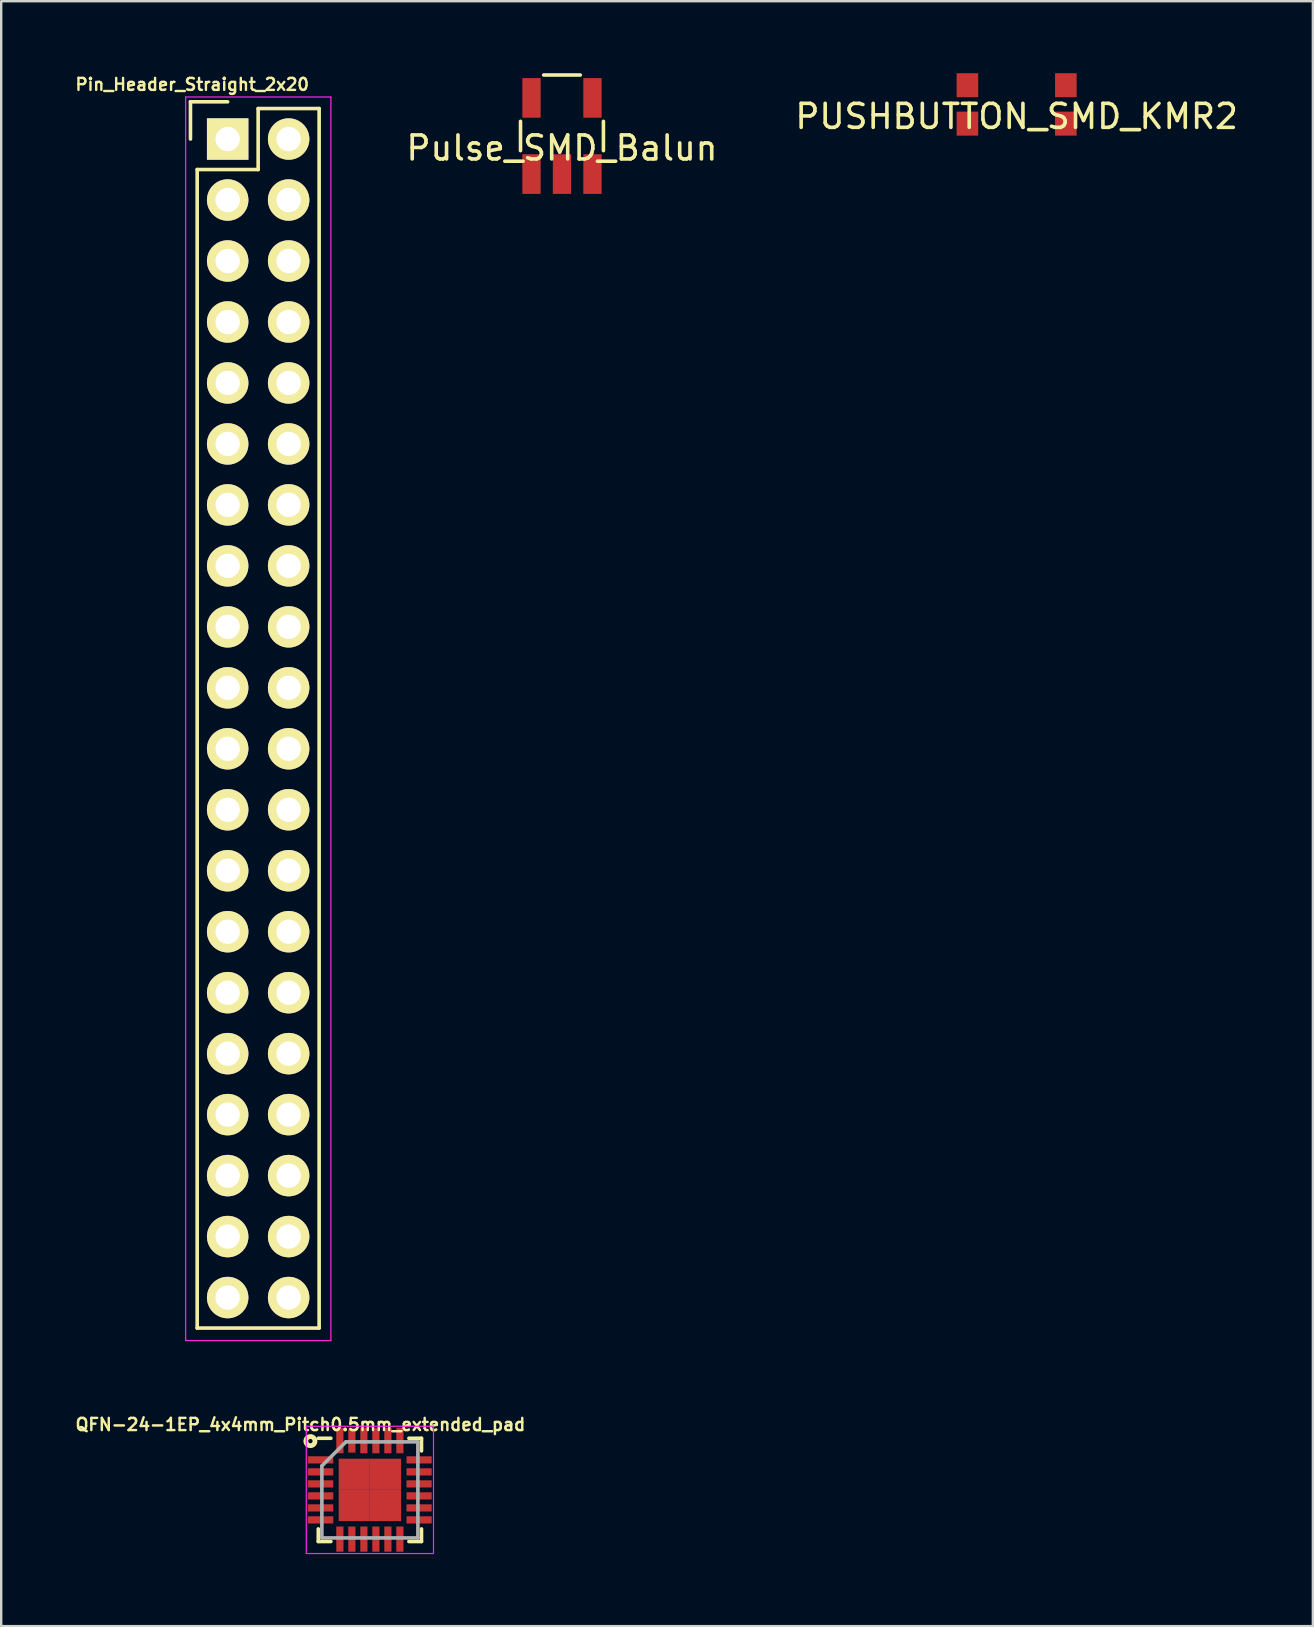
<source format=kicad_pcb>
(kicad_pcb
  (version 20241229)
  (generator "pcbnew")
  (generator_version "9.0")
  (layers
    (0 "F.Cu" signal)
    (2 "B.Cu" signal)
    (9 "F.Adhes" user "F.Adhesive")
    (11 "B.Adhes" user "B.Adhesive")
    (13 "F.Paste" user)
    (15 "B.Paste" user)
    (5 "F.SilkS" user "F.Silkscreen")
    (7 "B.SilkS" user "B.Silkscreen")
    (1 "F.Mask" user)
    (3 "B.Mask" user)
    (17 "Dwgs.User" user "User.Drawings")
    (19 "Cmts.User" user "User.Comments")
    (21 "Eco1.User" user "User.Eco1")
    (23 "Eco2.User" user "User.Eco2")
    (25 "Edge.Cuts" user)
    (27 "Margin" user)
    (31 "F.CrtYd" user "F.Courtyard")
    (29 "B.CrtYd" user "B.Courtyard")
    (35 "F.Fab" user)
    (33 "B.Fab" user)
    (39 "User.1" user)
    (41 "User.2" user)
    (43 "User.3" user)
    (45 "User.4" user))
  (footprint "PUSHBUTTON_SMD_KMR2"
    (layer "F.Cu")
    (at 39.3 1.3)
    (property "Reference" "PUSHBUTTON_SMD_KMR2" (at 0 0.5 0) (layer "F.SilkS") (effects (font (size 1 1) (thickness 0.15))))
    (attr through_hole)
    (pad "1" smd rect (at -2.05 -0.8) (size 0.9 1) (layers "F.Cu" "F.Mask" "F.Paste"))
    (pad "2" smd rect (at -2.05 0.8) (size 0.9 1) (layers "F.Cu" "F.Mask" "F.Paste"))
    (pad "3" smd rect (at 2.05 0.8) (size 0.9 1) (layers "F.Cu" "F.Mask" "F.Paste"))
    (pad "4" smd rect (at 2.05 -0.8) (size 0.9 1) (layers "F.Cu" "F.Mask" "F.Paste")))
  (footprint "QFN-24-1EP_4x4mm_Pitch0.5mm_extended_pad"
    (layer "F.Cu")
    (at 12.358 59.014)
    (property "Reference" "QFN-24-1EP_4x4mm_Pitch0.5mm_extended_pad" (at -2.894 -2.722 0) (layer "F.SilkS") (effects (font (size 0.508 0.508) (thickness 0.102))))
    (attr smd)
    (fp_line (start -2.15 -2.15) (end -1.625 -2.15) (stroke (width 0.15) (type solid)) (layer "F.SilkS"))
    (fp_line (start -2.15 2.15) (end -2.15 1.625) (stroke (width 0.15) (type solid)) (layer "F.SilkS"))
    (fp_line (start -2.15 2.15) (end -1.625 2.15) (stroke (width 0.15) (type solid)) (layer "F.SilkS"))
    (fp_line (start 2.15 -2.15) (end 1.625 -2.15) (stroke (width 0.15) (type solid)) (layer "F.SilkS"))
    (fp_line (start 2.15 -2.15) (end 2.15 -1.625) (stroke (width 0.15) (type solid)) (layer "F.SilkS"))
    (fp_line (start 2.15 2.15) (end 1.625 2.15) (stroke (width 0.15) (type solid)) (layer "F.SilkS"))
    (fp_line (start 2.15 2.15) (end 2.15 1.625) (stroke (width 0.15) (type solid)) (layer "F.SilkS"))
    (fp_circle (center -2.477 -2.032) (end -2.413 -1.968) (stroke (width 0.2) (type solid)) (fill no) (layer "F.SilkS"))
    (fp_line (start -2.65 -2.65) (end -2.65 2.65) (stroke (width 0.05) (type solid)) (layer "F.CrtYd"))
    (fp_line (start -2.65 -2.65) (end 2.65 -2.65) (stroke (width 0.05) (type solid)) (layer "F.CrtYd"))
    (fp_line (start -2.65 2.65) (end 2.65 2.65) (stroke (width 0.05) (type solid)) (layer "F.CrtYd"))
    (fp_line (start 2.65 -2.65) (end 2.65 2.65) (stroke (width 0.05) (type solid)) (layer "F.CrtYd"))
    (fp_line (start -2 -1) (end -1 -2) (stroke (width 0.15) (type solid)) (layer "F.Fab"))
    (fp_line (start -2 2) (end -2 -1) (stroke (width 0.15) (type solid)) (layer "F.Fab"))
    (fp_line (start -1 -2) (end 2 -2) (stroke (width 0.15) (type solid)) (layer "F.Fab"))
    (fp_line (start 2 -2) (end 2 2) (stroke (width 0.15) (type solid)) (layer "F.Fab"))
    (fp_line (start 2 2) (end -2 2) (stroke (width 0.15) (type solid)) (layer "F.Fab"))
    (pad "1" smd rect (at -2.05 -1.25) (size 1.05 0.3) (layers "F.Cu" "F.Mask" "F.Paste"))
    (pad "2" smd rect (at -2.05 -0.75) (size 1.05 0.3) (layers "F.Cu" "F.Mask" "F.Paste"))
    (pad "3" smd rect (at -2.05 -0.25) (size 1.05 0.3) (layers "F.Cu" "F.Mask" "F.Paste"))
    (pad "4" smd rect (at -2.05 0.25) (size 1.05 0.3) (layers "F.Cu" "F.Mask" "F.Paste"))
    (pad "5" smd rect (at -2.05 0.75) (size 1.05 0.3) (layers "F.Cu" "F.Mask" "F.Paste"))
    (pad "6" smd rect (at -2.05 1.25) (size 1.05 0.3) (layers "F.Cu" "F.Mask" "F.Paste"))
    (pad "7" smd rect (at -1.25 2.05 90) (size 1.05 0.3) (layers "F.Cu" "F.Mask" "F.Paste"))
    (pad "8" smd rect (at -0.75 2.05 90) (size 1.05 0.3) (layers "F.Cu" "F.Mask" "F.Paste"))
    (pad "9" smd rect (at -0.25 2.05 90) (size 1.05 0.3) (layers "F.Cu" "F.Mask" "F.Paste"))
    (pad "10" smd rect (at 0.25 2.05 90) (size 1.05 0.3) (layers "F.Cu" "F.Mask" "F.Paste"))
    (pad "11" smd rect (at 0.75 2.05 90) (size 1.05 0.3) (layers "F.Cu" "F.Mask" "F.Paste"))
    (pad "12" smd rect (at 1.25 2.05 90) (size 1.05 0.3) (layers "F.Cu" "F.Mask" "F.Paste"))
    (pad "13" smd rect (at 2.05 1.25) (size 1.05 0.3) (layers "F.Cu" "F.Mask" "F.Paste"))
    (pad "14" smd rect (at 2.05 0.75) (size 1.05 0.3) (layers "F.Cu" "F.Mask" "F.Paste"))
    (pad "15" smd rect (at 2.05 0.25) (size 1.05 0.3) (layers "F.Cu" "F.Mask" "F.Paste"))
    (pad "16" smd rect (at 2.05 -0.25) (size 1.05 0.3) (layers "F.Cu" "F.Mask" "F.Paste"))
    (pad "17" smd rect (at 2.05 -0.75) (size 1.05 0.3) (layers "F.Cu" "F.Mask" "F.Paste"))
    (pad "18" smd rect (at 2.05 -1.25) (size 1.05 0.3) (layers "F.Cu" "F.Mask" "F.Paste"))
    (pad "19" smd rect (at 1.25 -2.05 90) (size 1.05 0.3) (layers "F.Cu" "F.Mask" "F.Paste"))
    (pad "20" smd rect (at 0.75 -2.05 90) (size 1.05 0.3) (layers "F.Cu" "F.Mask" "F.Paste"))
    (pad "21" smd rect (at 0.25 -2.05 90) (size 1.05 0.3) (layers "F.Cu" "F.Mask" "F.Paste"))
    (pad "22" smd rect (at -0.25 -2.05 90) (size 1.05 0.3) (layers "F.Cu" "F.Mask" "F.Paste"))
    (pad "23" smd rect (at -0.75 -2.05 90) (size 1 0.3) (layers "F.Cu" "F.Mask" "F.Paste"))
    (pad "24" smd rect (at -1.25 -2.05 90) (size 1.05 0.3) (layers "F.Cu" "F.Mask" "F.Paste"))
    (pad "25" smd rect (at -0.65 -0.65) (size 1.3 1.3) (layers "F.Cu" "F.Mask" "F.Paste"))
    (pad "25" smd rect (at -0.65 0.65) (size 1.3 1.3) (layers "F.Cu" "F.Mask" "F.Paste"))
    (pad "25" smd rect (at 0.65 -0.65) (size 1.3 1.3) (layers "F.Cu" "F.Mask" "F.Paste"))
    (pad "25" smd rect (at 0.65 0.65) (size 1.3 1.3) (layers "F.Cu" "F.Mask" "F.Paste")))
  (footprint "Pin_Header_Straight_2x20"
    (layer "F.Cu")
    (at 7.704 26.872)
    (property "Reference" "Pin_Header_Straight_2x20" (at -2.747 -26.404 180) (layer "F.SilkS") (effects (font (size 0.5 0.5) (thickness 0.1))))
    (attr through_hole)
    (fp_line (start -2.82 -25.68) (end -2.82 -24.13) (stroke (width 0.15) (type solid)) (layer "F.SilkS"))
    (fp_line (start -2.54 -22.86) (end -2.54 25.4) (stroke (width 0.15) (type solid)) (layer "F.SilkS"))
    (fp_line (start -1.27 -25.68) (end -2.82 -25.68) (stroke (width 0.15) (type solid)) (layer "F.SilkS"))
    (fp_line (start 0 -25.4) (end 0 -22.86) (stroke (width 0.15) (type solid)) (layer "F.SilkS"))
    (fp_line (start 0 -22.86) (end -2.54 -22.86) (stroke (width 0.15) (type solid)) (layer "F.SilkS"))
    (fp_line (start 2.54 -25.4) (end 0 -25.4) (stroke (width 0.15) (type solid)) (layer "F.SilkS"))
    (fp_line (start 2.54 25.4) (end -2.54 25.4) (stroke (width 0.15) (type solid)) (layer "F.SilkS"))
    (fp_line (start 2.54 25.4) (end 2.54 -25.4) (stroke (width 0.15) (type solid)) (layer "F.SilkS"))
    (fp_line (start -3.02 -25.88) (end -3.02 25.92) (stroke (width 0.05) (type solid)) (layer "F.CrtYd"))
    (fp_line (start -3.02 -25.88) (end 3.03 -25.88) (stroke (width 0.05) (type solid)) (layer "F.CrtYd"))
    (fp_line (start -3.02 25.92) (end 3.03 25.92) (stroke (width 0.05) (type solid)) (layer "F.CrtYd"))
    (fp_line (start 3.03 -25.88) (end 3.03 25.92) (stroke (width 0.05) (type solid)) (layer "F.CrtYd"))
    (pad "1" thru_hole rect (at -1.27 -24.13) (size 1.727 1.727) (drill 1.016) (layers "*.Cu" "*.Mask" "F.SilkS"))
    (pad "2" thru_hole oval (at 1.27 -24.13) (size 1.727 1.727) (drill 1.016) (layers "*.Cu" "*.Mask" "F.SilkS"))
    (pad "3" thru_hole oval (at -1.27 -21.59) (size 1.727 1.727) (drill 1.016) (layers "*.Cu" "*.Mask" "F.SilkS"))
    (pad "4" thru_hole oval (at 1.27 -21.59) (size 1.727 1.727) (drill 1.016) (layers "*.Cu" "*.Mask" "F.SilkS"))
    (pad "5" thru_hole oval (at -1.27 -19.05) (size 1.727 1.727) (drill 1.016) (layers "*.Cu" "*.Mask" "F.SilkS"))
    (pad "6" thru_hole oval (at 1.27 -19.05) (size 1.727 1.727) (drill 1.016) (layers "*.Cu" "*.Mask" "F.SilkS"))
    (pad "7" thru_hole oval (at -1.27 -16.51) (size 1.727 1.727) (drill 1.016) (layers "*.Cu" "*.Mask" "F.SilkS"))
    (pad "8" thru_hole oval (at 1.27 -16.51) (size 1.727 1.727) (drill 1.016) (layers "*.Cu" "*.Mask" "F.SilkS"))
    (pad "9" thru_hole oval (at -1.27 -13.97) (size 1.727 1.727) (drill 1.016) (layers "*.Cu" "*.Mask" "F.SilkS"))
    (pad "10" thru_hole oval (at 1.27 -13.97) (size 1.727 1.727) (drill 1.016) (layers "*.Cu" "*.Mask" "F.SilkS"))
    (pad "11" thru_hole oval (at -1.27 -11.43) (size 1.727 1.727) (drill 1.016) (layers "*.Cu" "*.Mask" "F.SilkS"))
    (pad "12" thru_hole oval (at 1.27 -11.43) (size 1.727 1.727) (drill 1.016) (layers "*.Cu" "*.Mask" "F.SilkS"))
    (pad "13" thru_hole oval (at -1.27 -8.89) (size 1.727 1.727) (drill 1.016) (layers "*.Cu" "*.Mask" "F.SilkS"))
    (pad "14" thru_hole oval (at 1.27 -8.89) (size 1.727 1.727) (drill 1.016) (layers "*.Cu" "*.Mask" "F.SilkS"))
    (pad "15" thru_hole oval (at -1.27 -6.35) (size 1.727 1.727) (drill 1.016) (layers "*.Cu" "*.Mask" "F.SilkS"))
    (pad "16" thru_hole oval (at 1.27 -6.35) (size 1.727 1.727) (drill 1.016) (layers "*.Cu" "*.Mask" "F.SilkS"))
    (pad "17" thru_hole oval (at -1.27 -3.81) (size 1.727 1.727) (drill 1.016) (layers "*.Cu" "*.Mask" "F.SilkS"))
    (pad "18" thru_hole oval (at 1.27 -3.81) (size 1.727 1.727) (drill 1.016) (layers "*.Cu" "*.Mask" "F.SilkS"))
    (pad "19" thru_hole oval (at -1.27 -1.27) (size 1.727 1.727) (drill 1.016) (layers "*.Cu" "*.Mask" "F.SilkS"))
    (pad "20" thru_hole oval (at 1.27 -1.27) (size 1.727 1.727) (drill 1.016) (layers "*.Cu" "*.Mask" "F.SilkS"))
    (pad "21" thru_hole oval (at -1.27 1.27) (size 1.727 1.727) (drill 1.016) (layers "*.Cu" "*.Mask" "F.SilkS"))
    (pad "22" thru_hole oval (at 1.27 1.27) (size 1.727 1.727) (drill 1.016) (layers "*.Cu" "*.Mask" "F.SilkS"))
    (pad "23" thru_hole oval (at -1.27 3.81) (size 1.727 1.727) (drill 1.016) (layers "*.Cu" "*.Mask" "F.SilkS"))
    (pad "24" thru_hole oval (at 1.27 3.81) (size 1.727 1.727) (drill 1.016) (layers "*.Cu" "*.Mask" "F.SilkS"))
    (pad "25" thru_hole oval (at -1.27 6.35) (size 1.727 1.727) (drill 1.016) (layers "*.Cu" "*.Mask" "F.SilkS"))
    (pad "26" thru_hole oval (at 1.27 6.35) (size 1.727 1.727) (drill 1.016) (layers "*.Cu" "*.Mask" "F.SilkS"))
    (pad "27" thru_hole oval (at -1.27 8.89) (size 1.727 1.727) (drill 1.016) (layers "*.Cu" "*.Mask" "F.SilkS"))
    (pad "28" thru_hole oval (at 1.27 8.89) (size 1.727 1.727) (drill 1.016) (layers "*.Cu" "*.Mask" "F.SilkS"))
    (pad "29" thru_hole oval (at -1.27 11.43) (size 1.727 1.727) (drill 1.016) (layers "*.Cu" "*.Mask" "F.SilkS"))
    (pad "30" thru_hole oval (at 1.27 11.43) (size 1.727 1.727) (drill 1.016) (layers "*.Cu" "*.Mask" "F.SilkS"))
    (pad "31" thru_hole oval (at -1.27 13.97) (size 1.727 1.727) (drill 1.016) (layers "*.Cu" "*.Mask" "F.SilkS"))
    (pad "32" thru_hole oval (at 1.27 13.97) (size 1.727 1.727) (drill 1.016) (layers "*.Cu" "*.Mask" "F.SilkS"))
    (pad "33" thru_hole oval (at -1.27 16.51) (size 1.727 1.727) (drill 1.016) (layers "*.Cu" "*.Mask" "F.SilkS"))
    (pad "34" thru_hole oval (at 1.27 16.51) (size 1.727 1.727) (drill 1.016) (layers "*.Cu" "*.Mask" "F.SilkS"))
    (pad "35" thru_hole oval (at -1.27 19.05) (size 1.727 1.727) (drill 1.016) (layers "*.Cu" "*.Mask" "F.SilkS"))
    (pad "36" thru_hole oval (at 1.27 19.05) (size 1.727 1.727) (drill 1.016) (layers "*.Cu" "*.Mask" "F.SilkS"))
    (pad "37" thru_hole oval (at -1.27 21.59) (size 1.727 1.727) (drill 1.016) (layers "*.Cu" "*.Mask" "F.SilkS"))
    (pad "38" thru_hole oval (at 1.27 21.59) (size 1.727 1.727) (drill 1.016) (layers "*.Cu" "*.Mask" "F.SilkS"))
    (pad "39" thru_hole oval (at -1.27 24.13) (size 1.727 1.727) (drill 1.016) (layers "*.Cu" "*.Mask" "F.SilkS"))
    (pad "40" thru_hole oval (at 1.27 24.13) (size 1.727 1.727) (drill 1.016) (layers "*.Cu" "*.Mask" "F.SilkS")))
  (footprint "Pulse_SMD_Balun"
    (layer "F.Cu")
    (at 20.36 2.615)
    (property "Reference" "Pulse_SMD_Balun" (at 0 0.5 0) (layer "F.SilkS") (effects (font (size 1 1) (thickness 0.15))))
    (attr through_hole)
    (fp_line (start -1.727 0.61) (end -1.727 -0.61) (stroke (width 0.15) (type solid)) (layer "F.SilkS"))
    (fp_line (start -0.762 -2.54) (end 0.762 -2.54) (stroke (width 0.15) (type solid)) (layer "F.SilkS"))
    (fp_line (start 1.727 0.61) (end 1.727 -0.61) (stroke (width 0.15) (type solid)) (layer "F.SilkS"))
    (pad "1" smd rect (at -1.27 1.587) (size 0.762 1.651) (layers "F.Cu" "F.Mask" "F.Paste"))
    (pad "2" smd rect (at 0 1.587) (size 0.762 1.651) (layers "F.Cu" "F.Mask" "F.Paste"))
    (pad "3" smd rect (at 1.27 1.587) (size 0.762 1.651) (layers "F.Cu" "F.Mask" "F.Paste"))
    (pad "4" smd rect (at 1.27 -1.587) (size 0.762 1.651) (layers "F.Cu" "F.Mask" "F.Paste"))
    (pad "5" smd rect (at -1.27 -1.587) (size 0.762 1.651) (layers "F.Cu" "F.Mask" "F.Paste")))
  (gr_rect
    (start -3 -3)
    (end 51.64 64.689)
    (stroke (width 0.1) (type default))
    (fill no)
    (layer "Edge.Cuts")))
</source>
